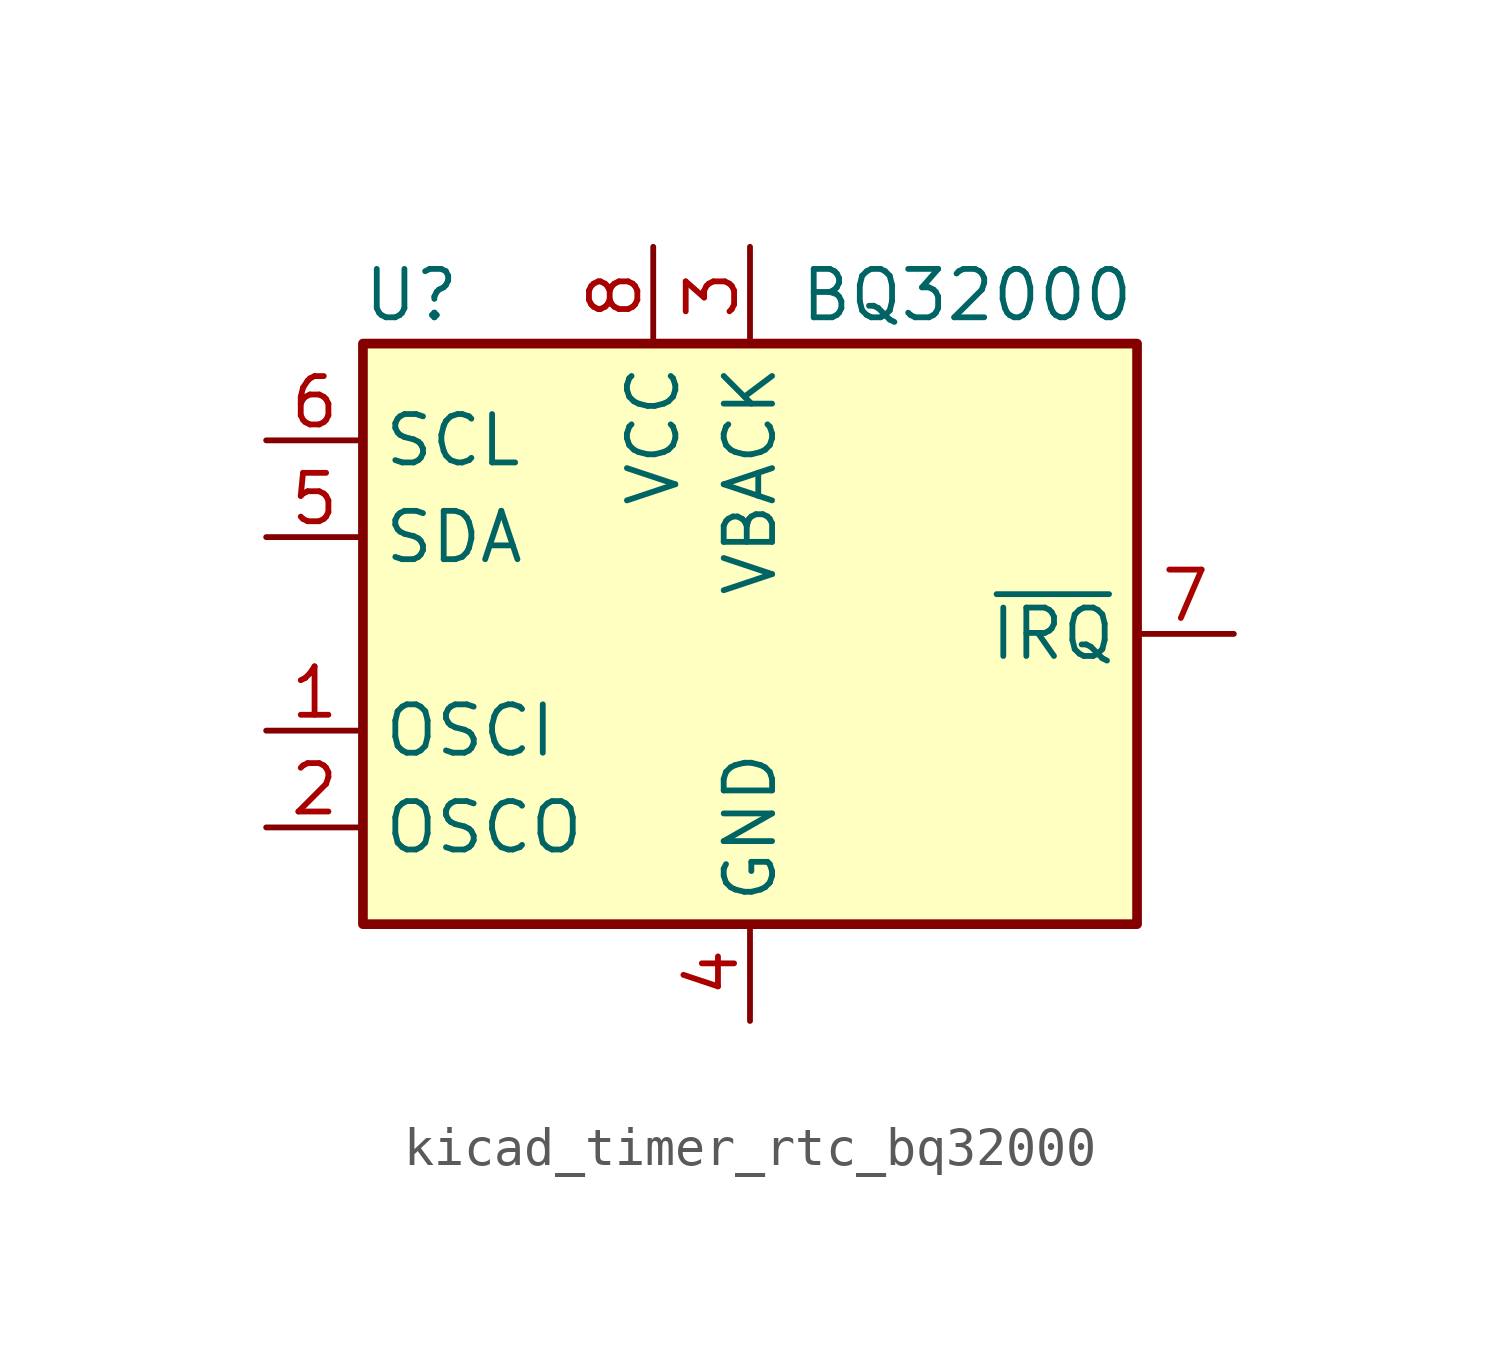
<source format=kicad_sym>
(kicad_symbol_lib
  (version 20220914)
  (generator kicad_symbol_editor)
  (symbol "kicad_timer_rtc_bq32000"
    (property "Reference" "U"
      (at -8.89 8.89 0)
      (effects (font (size 1.27 1.27))))
    (property "Value" "BQ32000"
      (at 1.27 8.89 0)
      (effects (font (size 1.27 1.27)) (justify left)))
    (symbol "kicad_timer_rtc_bq32000_0_1"
      (rectangle (start -10.16 7.62) (end 10.16 -7.62) (stroke (width 0.254) (type default)) (fill (type background))))
    (symbol "kicad_timer_rtc_bq32000_1_1"
      (pin input line (at -12.7 -2.54 0) (length 2.54) (name "OSCI" (effects (font (size 1.27 1.27)))) (number "1" (effects (font (size 1.27 1.27)))))
      (pin input line (at -12.7 -5.08 0) (length 2.54) (name "OSCO" (effects (font (size 1.27 1.27)))) (number "2" (effects (font (size 1.27 1.27)))))
      (pin power_in line (at 0 10.16 270) (length 2.54) (name "VBACK" (effects (font (size 1.27 1.27)))) (number "3" (effects (font (size 1.27 1.27)))))
      (pin power_in line (at 0 -10.16 90) (length 2.54) (name "GND" (effects (font (size 1.27 1.27)))) (number "4" (effects (font (size 1.27 1.27)))))
      (pin bidirectional line (at -12.7 2.54 0) (length 2.54) (name "SDA" (effects (font (size 1.27 1.27)))) (number "5" (effects (font (size 1.27 1.27)))))
      (pin input line (at -12.7 5.08 0) (length 2.54) (name "SCL" (effects (font (size 1.27 1.27)))) (number "6" (effects (font (size 1.27 1.27)))))
      (pin open_collector line (at 12.7 0 180) (length 2.54) (name "~{IRQ}" (effects (font (size 1.27 1.27)))) (number "7" (effects (font (size 1.27 1.27)))))
      (pin power_in line (at -2.54 10.16 270) (length 2.54) (name "VCC" (effects (font (size 1.27 1.27)))) (number "8" (effects (font (size 1.27 1.27))))))))
</source>
